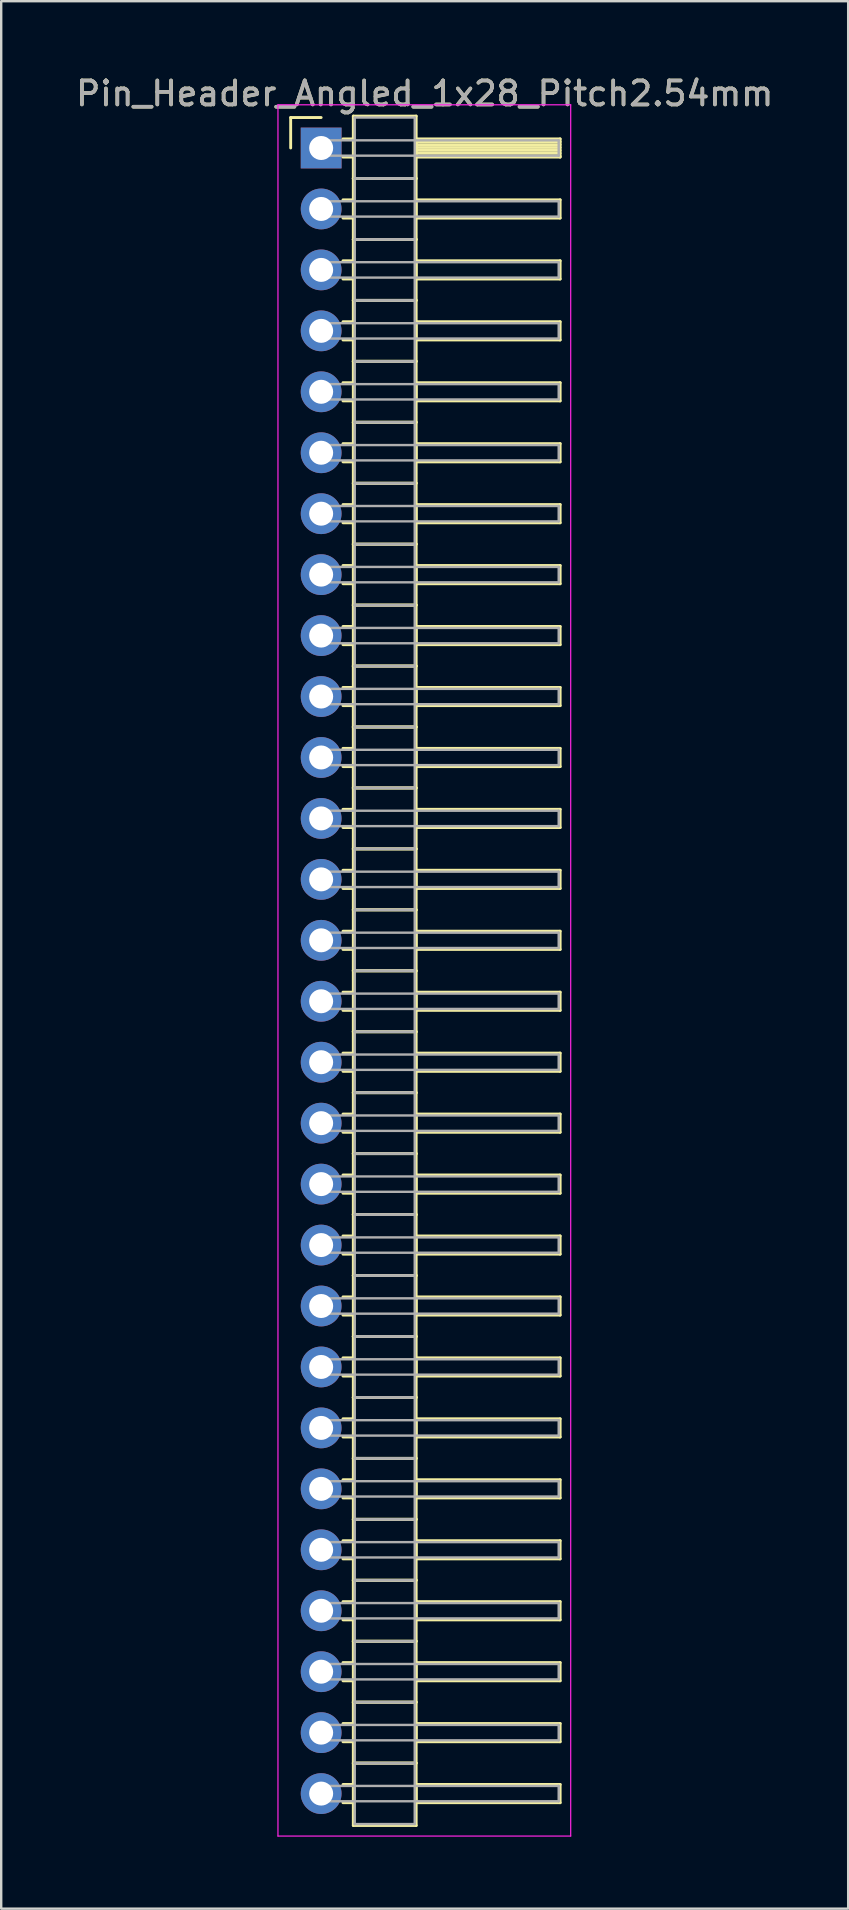
<source format=kicad_pcb>
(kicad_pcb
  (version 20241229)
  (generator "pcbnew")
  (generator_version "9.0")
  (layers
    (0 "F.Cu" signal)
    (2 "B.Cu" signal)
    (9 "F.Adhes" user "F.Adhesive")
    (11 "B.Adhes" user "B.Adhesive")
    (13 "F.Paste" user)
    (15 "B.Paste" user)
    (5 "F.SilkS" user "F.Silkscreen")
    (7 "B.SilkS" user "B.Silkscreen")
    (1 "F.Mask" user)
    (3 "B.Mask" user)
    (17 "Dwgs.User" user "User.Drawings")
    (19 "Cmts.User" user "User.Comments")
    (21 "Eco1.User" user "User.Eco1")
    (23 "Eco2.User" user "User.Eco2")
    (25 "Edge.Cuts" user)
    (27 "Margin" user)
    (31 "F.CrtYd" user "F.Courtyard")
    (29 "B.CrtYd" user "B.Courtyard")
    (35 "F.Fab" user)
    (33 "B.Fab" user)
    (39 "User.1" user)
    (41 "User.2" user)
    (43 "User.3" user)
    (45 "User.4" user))
  (footprint "Pin_Header_Angled_1x28_Pitch2.54mm"
    (layer "F.Cu")
    (at 10.334 3.118)
    (property "Reference" "Pin_Header_Angled_1x28_Pitch2.54mm" (at 4.315 -2.27 0) (layer "F.SilkS") (effects (font (size 1 1) (thickness 0.15))))
    (attr through_hole)
    (fp_line (start -1.27 -1.27) (end 0 -1.27) (stroke (width 0.12) (type solid)) (layer "F.SilkS"))
    (fp_line (start -1.27 0) (end -1.27 -1.27) (stroke (width 0.12) (type solid)) (layer "F.SilkS"))
    (fp_line (start 0.91 -0.38) (end 1.34 -0.38) (stroke (width 0.12) (type solid)) (layer "F.SilkS"))
    (fp_line (start 0.91 0.38) (end 1.34 0.38) (stroke (width 0.12) (type solid)) (layer "F.SilkS"))
    (fp_line (start 0.91 2.16) (end 1.34 2.16) (stroke (width 0.12) (type solid)) (layer "F.SilkS"))
    (fp_line (start 0.91 2.92) (end 1.34 2.92) (stroke (width 0.12) (type solid)) (layer "F.SilkS"))
    (fp_line (start 0.91 4.7) (end 1.34 4.7) (stroke (width 0.12) (type solid)) (layer "F.SilkS"))
    (fp_line (start 0.91 5.46) (end 1.34 5.46) (stroke (width 0.12) (type solid)) (layer "F.SilkS"))
    (fp_line (start 0.91 7.24) (end 1.34 7.24) (stroke (width 0.12) (type solid)) (layer "F.SilkS"))
    (fp_line (start 0.91 8) (end 1.34 8) (stroke (width 0.12) (type solid)) (layer "F.SilkS"))
    (fp_line (start 0.91 9.78) (end 1.34 9.78) (stroke (width 0.12) (type solid)) (layer "F.SilkS"))
    (fp_line (start 0.91 10.54) (end 1.34 10.54) (stroke (width 0.12) (type solid)) (layer "F.SilkS"))
    (fp_line (start 0.91 12.32) (end 1.34 12.32) (stroke (width 0.12) (type solid)) (layer "F.SilkS"))
    (fp_line (start 0.91 13.08) (end 1.34 13.08) (stroke (width 0.12) (type solid)) (layer "F.SilkS"))
    (fp_line (start 0.91 14.86) (end 1.34 14.86) (stroke (width 0.12) (type solid)) (layer "F.SilkS"))
    (fp_line (start 0.91 15.62) (end 1.34 15.62) (stroke (width 0.12) (type solid)) (layer "F.SilkS"))
    (fp_line (start 0.91 17.4) (end 1.34 17.4) (stroke (width 0.12) (type solid)) (layer "F.SilkS"))
    (fp_line (start 0.91 18.16) (end 1.34 18.16) (stroke (width 0.12) (type solid)) (layer "F.SilkS"))
    (fp_line (start 0.91 19.94) (end 1.34 19.94) (stroke (width 0.12) (type solid)) (layer "F.SilkS"))
    (fp_line (start 0.91 20.7) (end 1.34 20.7) (stroke (width 0.12) (type solid)) (layer "F.SilkS"))
    (fp_line (start 0.91 22.48) (end 1.34 22.48) (stroke (width 0.12) (type solid)) (layer "F.SilkS"))
    (fp_line (start 0.91 23.24) (end 1.34 23.24) (stroke (width 0.12) (type solid)) (layer "F.SilkS"))
    (fp_line (start 0.91 25.02) (end 1.34 25.02) (stroke (width 0.12) (type solid)) (layer "F.SilkS"))
    (fp_line (start 0.91 25.78) (end 1.34 25.78) (stroke (width 0.12) (type solid)) (layer "F.SilkS"))
    (fp_line (start 0.91 27.56) (end 1.34 27.56) (stroke (width 0.12) (type solid)) (layer "F.SilkS"))
    (fp_line (start 0.91 28.32) (end 1.34 28.32) (stroke (width 0.12) (type solid)) (layer "F.SilkS"))
    (fp_line (start 0.91 30.1) (end 1.34 30.1) (stroke (width 0.12) (type solid)) (layer "F.SilkS"))
    (fp_line (start 0.91 30.86) (end 1.34 30.86) (stroke (width 0.12) (type solid)) (layer "F.SilkS"))
    (fp_line (start 0.91 32.64) (end 1.34 32.64) (stroke (width 0.12) (type solid)) (layer "F.SilkS"))
    (fp_line (start 0.91 33.4) (end 1.34 33.4) (stroke (width 0.12) (type solid)) (layer "F.SilkS"))
    (fp_line (start 0.91 35.18) (end 1.34 35.18) (stroke (width 0.12) (type solid)) (layer "F.SilkS"))
    (fp_line (start 0.91 35.94) (end 1.34 35.94) (stroke (width 0.12) (type solid)) (layer "F.SilkS"))
    (fp_line (start 0.91 37.72) (end 1.34 37.72) (stroke (width 0.12) (type solid)) (layer "F.SilkS"))
    (fp_line (start 0.91 38.48) (end 1.34 38.48) (stroke (width 0.12) (type solid)) (layer "F.SilkS"))
    (fp_line (start 0.91 40.26) (end 1.34 40.26) (stroke (width 0.12) (type solid)) (layer "F.SilkS"))
    (fp_line (start 0.91 41.02) (end 1.34 41.02) (stroke (width 0.12) (type solid)) (layer "F.SilkS"))
    (fp_line (start 0.91 42.8) (end 1.34 42.8) (stroke (width 0.12) (type solid)) (layer "F.SilkS"))
    (fp_line (start 0.91 43.56) (end 1.34 43.56) (stroke (width 0.12) (type solid)) (layer "F.SilkS"))
    (fp_line (start 0.91 45.34) (end 1.34 45.34) (stroke (width 0.12) (type solid)) (layer "F.SilkS"))
    (fp_line (start 0.91 46.1) (end 1.34 46.1) (stroke (width 0.12) (type solid)) (layer "F.SilkS"))
    (fp_line (start 0.91 47.88) (end 1.34 47.88) (stroke (width 0.12) (type solid)) (layer "F.SilkS"))
    (fp_line (start 0.91 48.64) (end 1.34 48.64) (stroke (width 0.12) (type solid)) (layer "F.SilkS"))
    (fp_line (start 0.91 50.42) (end 1.34 50.42) (stroke (width 0.12) (type solid)) (layer "F.SilkS"))
    (fp_line (start 0.91 51.18) (end 1.34 51.18) (stroke (width 0.12) (type solid)) (layer "F.SilkS"))
    (fp_line (start 0.91 52.96) (end 1.34 52.96) (stroke (width 0.12) (type solid)) (layer "F.SilkS"))
    (fp_line (start 0.91 53.72) (end 1.34 53.72) (stroke (width 0.12) (type solid)) (layer "F.SilkS"))
    (fp_line (start 0.91 55.5) (end 1.34 55.5) (stroke (width 0.12) (type solid)) (layer "F.SilkS"))
    (fp_line (start 0.91 56.26) (end 1.34 56.26) (stroke (width 0.12) (type solid)) (layer "F.SilkS"))
    (fp_line (start 0.91 58.04) (end 1.34 58.04) (stroke (width 0.12) (type solid)) (layer "F.SilkS"))
    (fp_line (start 0.91 58.8) (end 1.34 58.8) (stroke (width 0.12) (type solid)) (layer "F.SilkS"))
    (fp_line (start 0.91 60.58) (end 1.34 60.58) (stroke (width 0.12) (type solid)) (layer "F.SilkS"))
    (fp_line (start 0.91 61.34) (end 1.34 61.34) (stroke (width 0.12) (type solid)) (layer "F.SilkS"))
    (fp_line (start 0.91 63.12) (end 1.34 63.12) (stroke (width 0.12) (type solid)) (layer "F.SilkS"))
    (fp_line (start 0.91 63.88) (end 1.34 63.88) (stroke (width 0.12) (type solid)) (layer "F.SilkS"))
    (fp_line (start 0.91 65.66) (end 1.34 65.66) (stroke (width 0.12) (type solid)) (layer "F.SilkS"))
    (fp_line (start 0.91 66.42) (end 1.34 66.42) (stroke (width 0.12) (type solid)) (layer "F.SilkS"))
    (fp_line (start 0.91 68.2) (end 1.34 68.2) (stroke (width 0.12) (type solid)) (layer "F.SilkS"))
    (fp_line (start 0.91 68.96) (end 1.34 68.96) (stroke (width 0.12) (type solid)) (layer "F.SilkS"))
    (fp_line (start 1.34 -1.33) (end 1.34 1.27) (stroke (width 0.12) (type solid)) (layer "F.SilkS"))
    (fp_line (start 1.34 1.27) (end 1.34 3.81) (stroke (width 0.12) (type solid)) (layer "F.SilkS"))
    (fp_line (start 1.34 1.27) (end 3.96 1.27) (stroke (width 0.12) (type solid)) (layer "F.SilkS"))
    (fp_line (start 1.34 3.81) (end 1.34 6.35) (stroke (width 0.12) (type solid)) (layer "F.SilkS"))
    (fp_line (start 1.34 3.81) (end 3.96 3.81) (stroke (width 0.12) (type solid)) (layer "F.SilkS"))
    (fp_line (start 1.34 6.35) (end 1.34 8.89) (stroke (width 0.12) (type solid)) (layer "F.SilkS"))
    (fp_line (start 1.34 6.35) (end 3.96 6.35) (stroke (width 0.12) (type solid)) (layer "F.SilkS"))
    (fp_line (start 1.34 8.89) (end 1.34 11.43) (stroke (width 0.12) (type solid)) (layer "F.SilkS"))
    (fp_line (start 1.34 8.89) (end 3.96 8.89) (stroke (width 0.12) (type solid)) (layer "F.SilkS"))
    (fp_line (start 1.34 11.43) (end 1.34 13.97) (stroke (width 0.12) (type solid)) (layer "F.SilkS"))
    (fp_line (start 1.34 11.43) (end 3.96 11.43) (stroke (width 0.12) (type solid)) (layer "F.SilkS"))
    (fp_line (start 1.34 13.97) (end 1.34 16.51) (stroke (width 0.12) (type solid)) (layer "F.SilkS"))
    (fp_line (start 1.34 13.97) (end 3.96 13.97) (stroke (width 0.12) (type solid)) (layer "F.SilkS"))
    (fp_line (start 1.34 16.51) (end 1.34 19.05) (stroke (width 0.12) (type solid)) (layer "F.SilkS"))
    (fp_line (start 1.34 16.51) (end 3.96 16.51) (stroke (width 0.12) (type solid)) (layer "F.SilkS"))
    (fp_line (start 1.34 19.05) (end 1.34 21.59) (stroke (width 0.12) (type solid)) (layer "F.SilkS"))
    (fp_line (start 1.34 19.05) (end 3.96 19.05) (stroke (width 0.12) (type solid)) (layer "F.SilkS"))
    (fp_line (start 1.34 21.59) (end 1.34 24.13) (stroke (width 0.12) (type solid)) (layer "F.SilkS"))
    (fp_line (start 1.34 21.59) (end 3.96 21.59) (stroke (width 0.12) (type solid)) (layer "F.SilkS"))
    (fp_line (start 1.34 24.13) (end 1.34 26.67) (stroke (width 0.12) (type solid)) (layer "F.SilkS"))
    (fp_line (start 1.34 24.13) (end 3.96 24.13) (stroke (width 0.12) (type solid)) (layer "F.SilkS"))
    (fp_line (start 1.34 26.67) (end 1.34 29.21) (stroke (width 0.12) (type solid)) (layer "F.SilkS"))
    (fp_line (start 1.34 26.67) (end 3.96 26.67) (stroke (width 0.12) (type solid)) (layer "F.SilkS"))
    (fp_line (start 1.34 29.21) (end 1.34 31.75) (stroke (width 0.12) (type solid)) (layer "F.SilkS"))
    (fp_line (start 1.34 29.21) (end 3.96 29.21) (stroke (width 0.12) (type solid)) (layer "F.SilkS"))
    (fp_line (start 1.34 31.75) (end 1.34 34.29) (stroke (width 0.12) (type solid)) (layer "F.SilkS"))
    (fp_line (start 1.34 31.75) (end 3.96 31.75) (stroke (width 0.12) (type solid)) (layer "F.SilkS"))
    (fp_line (start 1.34 34.29) (end 1.34 36.83) (stroke (width 0.12) (type solid)) (layer "F.SilkS"))
    (fp_line (start 1.34 34.29) (end 3.96 34.29) (stroke (width 0.12) (type solid)) (layer "F.SilkS"))
    (fp_line (start 1.34 36.83) (end 1.34 39.37) (stroke (width 0.12) (type solid)) (layer "F.SilkS"))
    (fp_line (start 1.34 36.83) (end 3.96 36.83) (stroke (width 0.12) (type solid)) (layer "F.SilkS"))
    (fp_line (start 1.34 39.37) (end 1.34 41.91) (stroke (width 0.12) (type solid)) (layer "F.SilkS"))
    (fp_line (start 1.34 39.37) (end 3.96 39.37) (stroke (width 0.12) (type solid)) (layer "F.SilkS"))
    (fp_line (start 1.34 41.91) (end 1.34 44.45) (stroke (width 0.12) (type solid)) (layer "F.SilkS"))
    (fp_line (start 1.34 41.91) (end 3.96 41.91) (stroke (width 0.12) (type solid)) (layer "F.SilkS"))
    (fp_line (start 1.34 44.45) (end 1.34 46.99) (stroke (width 0.12) (type solid)) (layer "F.SilkS"))
    (fp_line (start 1.34 44.45) (end 3.96 44.45) (stroke (width 0.12) (type solid)) (layer "F.SilkS"))
    (fp_line (start 1.34 46.99) (end 1.34 49.53) (stroke (width 0.12) (type solid)) (layer "F.SilkS"))
    (fp_line (start 1.34 46.99) (end 3.96 46.99) (stroke (width 0.12) (type solid)) (layer "F.SilkS"))
    (fp_line (start 1.34 49.53) (end 1.34 52.07) (stroke (width 0.12) (type solid)) (layer "F.SilkS"))
    (fp_line (start 1.34 49.53) (end 3.96 49.53) (stroke (width 0.12) (type solid)) (layer "F.SilkS"))
    (fp_line (start 1.34 52.07) (end 1.34 54.61) (stroke (width 0.12) (type solid)) (layer "F.SilkS"))
    (fp_line (start 1.34 52.07) (end 3.96 52.07) (stroke (width 0.12) (type solid)) (layer "F.SilkS"))
    (fp_line (start 1.34 54.61) (end 1.34 57.15) (stroke (width 0.12) (type solid)) (layer "F.SilkS"))
    (fp_line (start 1.34 54.61) (end 3.96 54.61) (stroke (width 0.12) (type solid)) (layer "F.SilkS"))
    (fp_line (start 1.34 57.15) (end 1.34 59.69) (stroke (width 0.12) (type solid)) (layer "F.SilkS"))
    (fp_line (start 1.34 57.15) (end 3.96 57.15) (stroke (width 0.12) (type solid)) (layer "F.SilkS"))
    (fp_line (start 1.34 59.69) (end 1.34 62.23) (stroke (width 0.12) (type solid)) (layer "F.SilkS"))
    (fp_line (start 1.34 59.69) (end 3.96 59.69) (stroke (width 0.12) (type solid)) (layer "F.SilkS"))
    (fp_line (start 1.34 62.23) (end 1.34 64.77) (stroke (width 0.12) (type solid)) (layer "F.SilkS"))
    (fp_line (start 1.34 62.23) (end 3.96 62.23) (stroke (width 0.12) (type solid)) (layer "F.SilkS"))
    (fp_line (start 1.34 64.77) (end 1.34 67.31) (stroke (width 0.12) (type solid)) (layer "F.SilkS"))
    (fp_line (start 1.34 64.77) (end 3.96 64.77) (stroke (width 0.12) (type solid)) (layer "F.SilkS"))
    (fp_line (start 1.34 67.31) (end 1.34 69.91) (stroke (width 0.12) (type solid)) (layer "F.SilkS"))
    (fp_line (start 1.34 67.31) (end 3.96 67.31) (stroke (width 0.12) (type solid)) (layer "F.SilkS"))
    (fp_line (start 1.34 69.91) (end 3.96 69.91) (stroke (width 0.12) (type solid)) (layer "F.SilkS"))
    (fp_line (start 3.96 -1.33) (end 1.34 -1.33) (stroke (width 0.12) (type solid)) (layer "F.SilkS"))
    (fp_line (start 3.96 -0.38) (end 3.96 0.38) (stroke (width 0.12) (type solid)) (layer "F.SilkS"))
    (fp_line (start 3.96 -0.26) (end 9.96 -0.26) (stroke (width 0.12) (type solid)) (layer "F.SilkS"))
    (fp_line (start 3.96 -0.14) (end 9.96 -0.14) (stroke (width 0.12) (type solid)) (layer "F.SilkS"))
    (fp_line (start 3.96 -0.02) (end 9.96 -0.02) (stroke (width 0.12) (type solid)) (layer "F.SilkS"))
    (fp_line (start 3.96 0.1) (end 9.96 0.1) (stroke (width 0.12) (type solid)) (layer "F.SilkS"))
    (fp_line (start 3.96 0.22) (end 9.96 0.22) (stroke (width 0.12) (type solid)) (layer "F.SilkS"))
    (fp_line (start 3.96 0.34) (end 9.96 0.34) (stroke (width 0.12) (type solid)) (layer "F.SilkS"))
    (fp_line (start 3.96 0.38) (end 9.96 0.38) (stroke (width 0.12) (type solid)) (layer "F.SilkS"))
    (fp_line (start 3.96 1.27) (end 1.34 1.27) (stroke (width 0.12) (type solid)) (layer "F.SilkS"))
    (fp_line (start 3.96 1.27) (end 3.96 -1.33) (stroke (width 0.12) (type solid)) (layer "F.SilkS"))
    (fp_line (start 3.96 2.16) (end 3.96 2.92) (stroke (width 0.12) (type solid)) (layer "F.SilkS"))
    (fp_line (start 3.96 2.92) (end 9.96 2.92) (stroke (width 0.12) (type solid)) (layer "F.SilkS"))
    (fp_line (start 3.96 3.81) (end 1.34 3.81) (stroke (width 0.12) (type solid)) (layer "F.SilkS"))
    (fp_line (start 3.96 3.81) (end 3.96 1.27) (stroke (width 0.12) (type solid)) (layer "F.SilkS"))
    (fp_line (start 3.96 4.7) (end 3.96 5.46) (stroke (width 0.12) (type solid)) (layer "F.SilkS"))
    (fp_line (start 3.96 5.46) (end 9.96 5.46) (stroke (width 0.12) (type solid)) (layer "F.SilkS"))
    (fp_line (start 3.96 6.35) (end 1.34 6.35) (stroke (width 0.12) (type solid)) (layer "F.SilkS"))
    (fp_line (start 3.96 6.35) (end 3.96 3.81) (stroke (width 0.12) (type solid)) (layer "F.SilkS"))
    (fp_line (start 3.96 7.24) (end 3.96 8) (stroke (width 0.12) (type solid)) (layer "F.SilkS"))
    (fp_line (start 3.96 8) (end 9.96 8) (stroke (width 0.12) (type solid)) (layer "F.SilkS"))
    (fp_line (start 3.96 8.89) (end 1.34 8.89) (stroke (width 0.12) (type solid)) (layer "F.SilkS"))
    (fp_line (start 3.96 8.89) (end 3.96 6.35) (stroke (width 0.12) (type solid)) (layer "F.SilkS"))
    (fp_line (start 3.96 9.78) (end 3.96 10.54) (stroke (width 0.12) (type solid)) (layer "F.SilkS"))
    (fp_line (start 3.96 10.54) (end 9.96 10.54) (stroke (width 0.12) (type solid)) (layer "F.SilkS"))
    (fp_line (start 3.96 11.43) (end 1.34 11.43) (stroke (width 0.12) (type solid)) (layer "F.SilkS"))
    (fp_line (start 3.96 11.43) (end 3.96 8.89) (stroke (width 0.12) (type solid)) (layer "F.SilkS"))
    (fp_line (start 3.96 12.32) (end 3.96 13.08) (stroke (width 0.12) (type solid)) (layer "F.SilkS"))
    (fp_line (start 3.96 13.08) (end 9.96 13.08) (stroke (width 0.12) (type solid)) (layer "F.SilkS"))
    (fp_line (start 3.96 13.97) (end 1.34 13.97) (stroke (width 0.12) (type solid)) (layer "F.SilkS"))
    (fp_line (start 3.96 13.97) (end 3.96 11.43) (stroke (width 0.12) (type solid)) (layer "F.SilkS"))
    (fp_line (start 3.96 14.86) (end 3.96 15.62) (stroke (width 0.12) (type solid)) (layer "F.SilkS"))
    (fp_line (start 3.96 15.62) (end 9.96 15.62) (stroke (width 0.12) (type solid)) (layer "F.SilkS"))
    (fp_line (start 3.96 16.51) (end 1.34 16.51) (stroke (width 0.12) (type solid)) (layer "F.SilkS"))
    (fp_line (start 3.96 16.51) (end 3.96 13.97) (stroke (width 0.12) (type solid)) (layer "F.SilkS"))
    (fp_line (start 3.96 17.4) (end 3.96 18.16) (stroke (width 0.12) (type solid)) (layer "F.SilkS"))
    (fp_line (start 3.96 18.16) (end 9.96 18.16) (stroke (width 0.12) (type solid)) (layer "F.SilkS"))
    (fp_line (start 3.96 19.05) (end 1.34 19.05) (stroke (width 0.12) (type solid)) (layer "F.SilkS"))
    (fp_line (start 3.96 19.05) (end 3.96 16.51) (stroke (width 0.12) (type solid)) (layer "F.SilkS"))
    (fp_line (start 3.96 19.94) (end 3.96 20.7) (stroke (width 0.12) (type solid)) (layer "F.SilkS"))
    (fp_line (start 3.96 20.7) (end 9.96 20.7) (stroke (width 0.12) (type solid)) (layer "F.SilkS"))
    (fp_line (start 3.96 21.59) (end 1.34 21.59) (stroke (width 0.12) (type solid)) (layer "F.SilkS"))
    (fp_line (start 3.96 21.59) (end 3.96 19.05) (stroke (width 0.12) (type solid)) (layer "F.SilkS"))
    (fp_line (start 3.96 22.48) (end 3.96 23.24) (stroke (width 0.12) (type solid)) (layer "F.SilkS"))
    (fp_line (start 3.96 23.24) (end 9.96 23.24) (stroke (width 0.12) (type solid)) (layer "F.SilkS"))
    (fp_line (start 3.96 24.13) (end 1.34 24.13) (stroke (width 0.12) (type solid)) (layer "F.SilkS"))
    (fp_line (start 3.96 24.13) (end 3.96 21.59) (stroke (width 0.12) (type solid)) (layer "F.SilkS"))
    (fp_line (start 3.96 25.02) (end 3.96 25.78) (stroke (width 0.12) (type solid)) (layer "F.SilkS"))
    (fp_line (start 3.96 25.78) (end 9.96 25.78) (stroke (width 0.12) (type solid)) (layer "F.SilkS"))
    (fp_line (start 3.96 26.67) (end 1.34 26.67) (stroke (width 0.12) (type solid)) (layer "F.SilkS"))
    (fp_line (start 3.96 26.67) (end 3.96 24.13) (stroke (width 0.12) (type solid)) (layer "F.SilkS"))
    (fp_line (start 3.96 27.56) (end 3.96 28.32) (stroke (width 0.12) (type solid)) (layer "F.SilkS"))
    (fp_line (start 3.96 28.32) (end 9.96 28.32) (stroke (width 0.12) (type solid)) (layer "F.SilkS"))
    (fp_line (start 3.96 29.21) (end 1.34 29.21) (stroke (width 0.12) (type solid)) (layer "F.SilkS"))
    (fp_line (start 3.96 29.21) (end 3.96 26.67) (stroke (width 0.12) (type solid)) (layer "F.SilkS"))
    (fp_line (start 3.96 30.1) (end 3.96 30.86) (stroke (width 0.12) (type solid)) (layer "F.SilkS"))
    (fp_line (start 3.96 30.86) (end 9.96 30.86) (stroke (width 0.12) (type solid)) (layer "F.SilkS"))
    (fp_line (start 3.96 31.75) (end 1.34 31.75) (stroke (width 0.12) (type solid)) (layer "F.SilkS"))
    (fp_line (start 3.96 31.75) (end 3.96 29.21) (stroke (width 0.12) (type solid)) (layer "F.SilkS"))
    (fp_line (start 3.96 32.64) (end 3.96 33.4) (stroke (width 0.12) (type solid)) (layer "F.SilkS"))
    (fp_line (start 3.96 33.4) (end 9.96 33.4) (stroke (width 0.12) (type solid)) (layer "F.SilkS"))
    (fp_line (start 3.96 34.29) (end 1.34 34.29) (stroke (width 0.12) (type solid)) (layer "F.SilkS"))
    (fp_line (start 3.96 34.29) (end 3.96 31.75) (stroke (width 0.12) (type solid)) (layer "F.SilkS"))
    (fp_line (start 3.96 35.18) (end 3.96 35.94) (stroke (width 0.12) (type solid)) (layer "F.SilkS"))
    (fp_line (start 3.96 35.94) (end 9.96 35.94) (stroke (width 0.12) (type solid)) (layer "F.SilkS"))
    (fp_line (start 3.96 36.83) (end 1.34 36.83) (stroke (width 0.12) (type solid)) (layer "F.SilkS"))
    (fp_line (start 3.96 36.83) (end 3.96 34.29) (stroke (width 0.12) (type solid)) (layer "F.SilkS"))
    (fp_line (start 3.96 37.72) (end 3.96 38.48) (stroke (width 0.12) (type solid)) (layer "F.SilkS"))
    (fp_line (start 3.96 38.48) (end 9.96 38.48) (stroke (width 0.12) (type solid)) (layer "F.SilkS"))
    (fp_line (start 3.96 39.37) (end 1.34 39.37) (stroke (width 0.12) (type solid)) (layer "F.SilkS"))
    (fp_line (start 3.96 39.37) (end 3.96 36.83) (stroke (width 0.12) (type solid)) (layer "F.SilkS"))
    (fp_line (start 3.96 40.26) (end 3.96 41.02) (stroke (width 0.12) (type solid)) (layer "F.SilkS"))
    (fp_line (start 3.96 41.02) (end 9.96 41.02) (stroke (width 0.12) (type solid)) (layer "F.SilkS"))
    (fp_line (start 3.96 41.91) (end 1.34 41.91) (stroke (width 0.12) (type solid)) (layer "F.SilkS"))
    (fp_line (start 3.96 41.91) (end 3.96 39.37) (stroke (width 0.12) (type solid)) (layer "F.SilkS"))
    (fp_line (start 3.96 42.8) (end 3.96 43.56) (stroke (width 0.12) (type solid)) (layer "F.SilkS"))
    (fp_line (start 3.96 43.56) (end 9.96 43.56) (stroke (width 0.12) (type solid)) (layer "F.SilkS"))
    (fp_line (start 3.96 44.45) (end 1.34 44.45) (stroke (width 0.12) (type solid)) (layer "F.SilkS"))
    (fp_line (start 3.96 44.45) (end 3.96 41.91) (stroke (width 0.12) (type solid)) (layer "F.SilkS"))
    (fp_line (start 3.96 45.34) (end 3.96 46.1) (stroke (width 0.12) (type solid)) (layer "F.SilkS"))
    (fp_line (start 3.96 46.1) (end 9.96 46.1) (stroke (width 0.12) (type solid)) (layer "F.SilkS"))
    (fp_line (start 3.96 46.99) (end 1.34 46.99) (stroke (width 0.12) (type solid)) (layer "F.SilkS"))
    (fp_line (start 3.96 46.99) (end 3.96 44.45) (stroke (width 0.12) (type solid)) (layer "F.SilkS"))
    (fp_line (start 3.96 47.88) (end 3.96 48.64) (stroke (width 0.12) (type solid)) (layer "F.SilkS"))
    (fp_line (start 3.96 48.64) (end 9.96 48.64) (stroke (width 0.12) (type solid)) (layer "F.SilkS"))
    (fp_line (start 3.96 49.53) (end 1.34 49.53) (stroke (width 0.12) (type solid)) (layer "F.SilkS"))
    (fp_line (start 3.96 49.53) (end 3.96 46.99) (stroke (width 0.12) (type solid)) (layer "F.SilkS"))
    (fp_line (start 3.96 50.42) (end 3.96 51.18) (stroke (width 0.12) (type solid)) (layer "F.SilkS"))
    (fp_line (start 3.96 51.18) (end 9.96 51.18) (stroke (width 0.12) (type solid)) (layer "F.SilkS"))
    (fp_line (start 3.96 52.07) (end 1.34 52.07) (stroke (width 0.12) (type solid)) (layer "F.SilkS"))
    (fp_line (start 3.96 52.07) (end 3.96 49.53) (stroke (width 0.12) (type solid)) (layer "F.SilkS"))
    (fp_line (start 3.96 52.96) (end 3.96 53.72) (stroke (width 0.12) (type solid)) (layer "F.SilkS"))
    (fp_line (start 3.96 53.72) (end 9.96 53.72) (stroke (width 0.12) (type solid)) (layer "F.SilkS"))
    (fp_line (start 3.96 54.61) (end 1.34 54.61) (stroke (width 0.12) (type solid)) (layer "F.SilkS"))
    (fp_line (start 3.96 54.61) (end 3.96 52.07) (stroke (width 0.12) (type solid)) (layer "F.SilkS"))
    (fp_line (start 3.96 55.5) (end 3.96 56.26) (stroke (width 0.12) (type solid)) (layer "F.SilkS"))
    (fp_line (start 3.96 56.26) (end 9.96 56.26) (stroke (width 0.12) (type solid)) (layer "F.SilkS"))
    (fp_line (start 3.96 57.15) (end 1.34 57.15) (stroke (width 0.12) (type solid)) (layer "F.SilkS"))
    (fp_line (start 3.96 57.15) (end 3.96 54.61) (stroke (width 0.12) (type solid)) (layer "F.SilkS"))
    (fp_line (start 3.96 58.04) (end 3.96 58.8) (stroke (width 0.12) (type solid)) (layer "F.SilkS"))
    (fp_line (start 3.96 58.8) (end 9.96 58.8) (stroke (width 0.12) (type solid)) (layer "F.SilkS"))
    (fp_line (start 3.96 59.69) (end 1.34 59.69) (stroke (width 0.12) (type solid)) (layer "F.SilkS"))
    (fp_line (start 3.96 59.69) (end 3.96 57.15) (stroke (width 0.12) (type solid)) (layer "F.SilkS"))
    (fp_line (start 3.96 60.58) (end 3.96 61.34) (stroke (width 0.12) (type solid)) (layer "F.SilkS"))
    (fp_line (start 3.96 61.34) (end 9.96 61.34) (stroke (width 0.12) (type solid)) (layer "F.SilkS"))
    (fp_line (start 3.96 62.23) (end 1.34 62.23) (stroke (width 0.12) (type solid)) (layer "F.SilkS"))
    (fp_line (start 3.96 62.23) (end 3.96 59.69) (stroke (width 0.12) (type solid)) (layer "F.SilkS"))
    (fp_line (start 3.96 63.12) (end 3.96 63.88) (stroke (width 0.12) (type solid)) (layer "F.SilkS"))
    (fp_line (start 3.96 63.88) (end 9.96 63.88) (stroke (width 0.12) (type solid)) (layer "F.SilkS"))
    (fp_line (start 3.96 64.77) (end 1.34 64.77) (stroke (width 0.12) (type solid)) (layer "F.SilkS"))
    (fp_line (start 3.96 64.77) (end 3.96 62.23) (stroke (width 0.12) (type solid)) (layer "F.SilkS"))
    (fp_line (start 3.96 65.66) (end 3.96 66.42) (stroke (width 0.12) (type solid)) (layer "F.SilkS"))
    (fp_line (start 3.96 66.42) (end 9.96 66.42) (stroke (width 0.12) (type solid)) (layer "F.SilkS"))
    (fp_line (start 3.96 67.31) (end 1.34 67.31) (stroke (width 0.12) (type solid)) (layer "F.SilkS"))
    (fp_line (start 3.96 67.31) (end 3.96 64.77) (stroke (width 0.12) (type solid)) (layer "F.SilkS"))
    (fp_line (start 3.96 68.2) (end 3.96 68.96) (stroke (width 0.12) (type solid)) (layer "F.SilkS"))
    (fp_line (start 3.96 68.96) (end 9.96 68.96) (stroke (width 0.12) (type solid)) (layer "F.SilkS"))
    (fp_line (start 3.96 69.91) (end 3.96 67.31) (stroke (width 0.12) (type solid)) (layer "F.SilkS"))
    (fp_line (start 9.96 -0.38) (end 3.96 -0.38) (stroke (width 0.12) (type solid)) (layer "F.SilkS"))
    (fp_line (start 9.96 0.38) (end 9.96 -0.38) (stroke (width 0.12) (type solid)) (layer "F.SilkS"))
    (fp_line (start 9.96 2.16) (end 3.96 2.16) (stroke (width 0.12) (type solid)) (layer "F.SilkS"))
    (fp_line (start 9.96 2.92) (end 9.96 2.16) (stroke (width 0.12) (type solid)) (layer "F.SilkS"))
    (fp_line (start 9.96 4.7) (end 3.96 4.7) (stroke (width 0.12) (type solid)) (layer "F.SilkS"))
    (fp_line (start 9.96 5.46) (end 9.96 4.7) (stroke (width 0.12) (type solid)) (layer "F.SilkS"))
    (fp_line (start 9.96 7.24) (end 3.96 7.24) (stroke (width 0.12) (type solid)) (layer "F.SilkS"))
    (fp_line (start 9.96 8) (end 9.96 7.24) (stroke (width 0.12) (type solid)) (layer "F.SilkS"))
    (fp_line (start 9.96 9.78) (end 3.96 9.78) (stroke (width 0.12) (type solid)) (layer "F.SilkS"))
    (fp_line (start 9.96 10.54) (end 9.96 9.78) (stroke (width 0.12) (type solid)) (layer "F.SilkS"))
    (fp_line (start 9.96 12.32) (end 3.96 12.32) (stroke (width 0.12) (type solid)) (layer "F.SilkS"))
    (fp_line (start 9.96 13.08) (end 9.96 12.32) (stroke (width 0.12) (type solid)) (layer "F.SilkS"))
    (fp_line (start 9.96 14.86) (end 3.96 14.86) (stroke (width 0.12) (type solid)) (layer "F.SilkS"))
    (fp_line (start 9.96 15.62) (end 9.96 14.86) (stroke (width 0.12) (type solid)) (layer "F.SilkS"))
    (fp_line (start 9.96 17.4) (end 3.96 17.4) (stroke (width 0.12) (type solid)) (layer "F.SilkS"))
    (fp_line (start 9.96 18.16) (end 9.96 17.4) (stroke (width 0.12) (type solid)) (layer "F.SilkS"))
    (fp_line (start 9.96 19.94) (end 3.96 19.94) (stroke (width 0.12) (type solid)) (layer "F.SilkS"))
    (fp_line (start 9.96 20.7) (end 9.96 19.94) (stroke (width 0.12) (type solid)) (layer "F.SilkS"))
    (fp_line (start 9.96 22.48) (end 3.96 22.48) (stroke (width 0.12) (type solid)) (layer "F.SilkS"))
    (fp_line (start 9.96 23.24) (end 9.96 22.48) (stroke (width 0.12) (type solid)) (layer "F.SilkS"))
    (fp_line (start 9.96 25.02) (end 3.96 25.02) (stroke (width 0.12) (type solid)) (layer "F.SilkS"))
    (fp_line (start 9.96 25.78) (end 9.96 25.02) (stroke (width 0.12) (type solid)) (layer "F.SilkS"))
    (fp_line (start 9.96 27.56) (end 3.96 27.56) (stroke (width 0.12) (type solid)) (layer "F.SilkS"))
    (fp_line (start 9.96 28.32) (end 9.96 27.56) (stroke (width 0.12) (type solid)) (layer "F.SilkS"))
    (fp_line (start 9.96 30.1) (end 3.96 30.1) (stroke (width 0.12) (type solid)) (layer "F.SilkS"))
    (fp_line (start 9.96 30.86) (end 9.96 30.1) (stroke (width 0.12) (type solid)) (layer "F.SilkS"))
    (fp_line (start 9.96 32.64) (end 3.96 32.64) (stroke (width 0.12) (type solid)) (layer "F.SilkS"))
    (fp_line (start 9.96 33.4) (end 9.96 32.64) (stroke (width 0.12) (type solid)) (layer "F.SilkS"))
    (fp_line (start 9.96 35.18) (end 3.96 35.18) (stroke (width 0.12) (type solid)) (layer "F.SilkS"))
    (fp_line (start 9.96 35.94) (end 9.96 35.18) (stroke (width 0.12) (type solid)) (layer "F.SilkS"))
    (fp_line (start 9.96 37.72) (end 3.96 37.72) (stroke (width 0.12) (type solid)) (layer "F.SilkS"))
    (fp_line (start 9.96 38.48) (end 9.96 37.72) (stroke (width 0.12) (type solid)) (layer "F.SilkS"))
    (fp_line (start 9.96 40.26) (end 3.96 40.26) (stroke (width 0.12) (type solid)) (layer "F.SilkS"))
    (fp_line (start 9.96 41.02) (end 9.96 40.26) (stroke (width 0.12) (type solid)) (layer "F.SilkS"))
    (fp_line (start 9.96 42.8) (end 3.96 42.8) (stroke (width 0.12) (type solid)) (layer "F.SilkS"))
    (fp_line (start 9.96 43.56) (end 9.96 42.8) (stroke (width 0.12) (type solid)) (layer "F.SilkS"))
    (fp_line (start 9.96 45.34) (end 3.96 45.34) (stroke (width 0.12) (type solid)) (layer "F.SilkS"))
    (fp_line (start 9.96 46.1) (end 9.96 45.34) (stroke (width 0.12) (type solid)) (layer "F.SilkS"))
    (fp_line (start 9.96 47.88) (end 3.96 47.88) (stroke (width 0.12) (type solid)) (layer "F.SilkS"))
    (fp_line (start 9.96 48.64) (end 9.96 47.88) (stroke (width 0.12) (type solid)) (layer "F.SilkS"))
    (fp_line (start 9.96 50.42) (end 3.96 50.42) (stroke (width 0.12) (type solid)) (layer "F.SilkS"))
    (fp_line (start 9.96 51.18) (end 9.96 50.42) (stroke (width 0.12) (type solid)) (layer "F.SilkS"))
    (fp_line (start 9.96 52.96) (end 3.96 52.96) (stroke (width 0.12) (type solid)) (layer "F.SilkS"))
    (fp_line (start 9.96 53.72) (end 9.96 52.96) (stroke (width 0.12) (type solid)) (layer "F.SilkS"))
    (fp_line (start 9.96 55.5) (end 3.96 55.5) (stroke (width 0.12) (type solid)) (layer "F.SilkS"))
    (fp_line (start 9.96 56.26) (end 9.96 55.5) (stroke (width 0.12) (type solid)) (layer "F.SilkS"))
    (fp_line (start 9.96 58.04) (end 3.96 58.04) (stroke (width 0.12) (type solid)) (layer "F.SilkS"))
    (fp_line (start 9.96 58.8) (end 9.96 58.04) (stroke (width 0.12) (type solid)) (layer "F.SilkS"))
    (fp_line (start 9.96 60.58) (end 3.96 60.58) (stroke (width 0.12) (type solid)) (layer "F.SilkS"))
    (fp_line (start 9.96 61.34) (end 9.96 60.58) (stroke (width 0.12) (type solid)) (layer "F.SilkS"))
    (fp_line (start 9.96 63.12) (end 3.96 63.12) (stroke (width 0.12) (type solid)) (layer "F.SilkS"))
    (fp_line (start 9.96 63.88) (end 9.96 63.12) (stroke (width 0.12) (type solid)) (layer "F.SilkS"))
    (fp_line (start 9.96 65.66) (end 3.96 65.66) (stroke (width 0.12) (type solid)) (layer "F.SilkS"))
    (fp_line (start 9.96 66.42) (end 9.96 65.66) (stroke (width 0.12) (type solid)) (layer "F.SilkS"))
    (fp_line (start 9.96 68.2) (end 3.96 68.2) (stroke (width 0.12) (type solid)) (layer "F.SilkS"))
    (fp_line (start 9.96 68.96) (end 9.96 68.2) (stroke (width 0.12) (type solid)) (layer "F.SilkS"))
    (fp_line (start -1.8 -1.8) (end -1.8 70.35) (stroke (width 0.05) (type solid)) (layer "F.CrtYd"))
    (fp_line (start -1.8 70.35) (end 10.4 70.35) (stroke (width 0.05) (type solid)) (layer "F.CrtYd"))
    (fp_line (start 10.4 -1.8) (end -1.8 -1.8) (stroke (width 0.05) (type solid)) (layer "F.CrtYd"))
    (fp_line (start 10.4 70.35) (end 10.4 -1.8) (stroke (width 0.05) (type solid)) (layer "F.CrtYd"))
    (fp_line (start 0 -0.32) (end 0 0.32) (stroke (width 0.1) (type solid)) (layer "F.Fab"))
    (fp_line (start 0 0.32) (end 9.9 0.32) (stroke (width 0.1) (type solid)) (layer "F.Fab"))
    (fp_line (start 0 2.22) (end 0 2.86) (stroke (width 0.1) (type solid)) (layer "F.Fab"))
    (fp_line (start 0 2.86) (end 9.9 2.86) (stroke (width 0.1) (type solid)) (layer "F.Fab"))
    (fp_line (start 0 4.76) (end 0 5.4) (stroke (width 0.1) (type solid)) (layer "F.Fab"))
    (fp_line (start 0 5.4) (end 9.9 5.4) (stroke (width 0.1) (type solid)) (layer "F.Fab"))
    (fp_line (start 0 7.3) (end 0 7.94) (stroke (width 0.1) (type solid)) (layer "F.Fab"))
    (fp_line (start 0 7.94) (end 9.9 7.94) (stroke (width 0.1) (type solid)) (layer "F.Fab"))
    (fp_line (start 0 9.84) (end 0 10.48) (stroke (width 0.1) (type solid)) (layer "F.Fab"))
    (fp_line (start 0 10.48) (end 9.9 10.48) (stroke (width 0.1) (type solid)) (layer "F.Fab"))
    (fp_line (start 0 12.38) (end 0 13.02) (stroke (width 0.1) (type solid)) (layer "F.Fab"))
    (fp_line (start 0 13.02) (end 9.9 13.02) (stroke (width 0.1) (type solid)) (layer "F.Fab"))
    (fp_line (start 0 14.92) (end 0 15.56) (stroke (width 0.1) (type solid)) (layer "F.Fab"))
    (fp_line (start 0 15.56) (end 9.9 15.56) (stroke (width 0.1) (type solid)) (layer "F.Fab"))
    (fp_line (start 0 17.46) (end 0 18.1) (stroke (width 0.1) (type solid)) (layer "F.Fab"))
    (fp_line (start 0 18.1) (end 9.9 18.1) (stroke (width 0.1) (type solid)) (layer "F.Fab"))
    (fp_line (start 0 20) (end 0 20.64) (stroke (width 0.1) (type solid)) (layer "F.Fab"))
    (fp_line (start 0 20.64) (end 9.9 20.64) (stroke (width 0.1) (type solid)) (layer "F.Fab"))
    (fp_line (start 0 22.54) (end 0 23.18) (stroke (width 0.1) (type solid)) (layer "F.Fab"))
    (fp_line (start 0 23.18) (end 9.9 23.18) (stroke (width 0.1) (type solid)) (layer "F.Fab"))
    (fp_line (start 0 25.08) (end 0 25.72) (stroke (width 0.1) (type solid)) (layer "F.Fab"))
    (fp_line (start 0 25.72) (end 9.9 25.72) (stroke (width 0.1) (type solid)) (layer "F.Fab"))
    (fp_line (start 0 27.62) (end 0 28.26) (stroke (width 0.1) (type solid)) (layer "F.Fab"))
    (fp_line (start 0 28.26) (end 9.9 28.26) (stroke (width 0.1) (type solid)) (layer "F.Fab"))
    (fp_line (start 0 30.16) (end 0 30.8) (stroke (width 0.1) (type solid)) (layer "F.Fab"))
    (fp_line (start 0 30.8) (end 9.9 30.8) (stroke (width 0.1) (type solid)) (layer "F.Fab"))
    (fp_line (start 0 32.7) (end 0 33.34) (stroke (width 0.1) (type solid)) (layer "F.Fab"))
    (fp_line (start 0 33.34) (end 9.9 33.34) (stroke (width 0.1) (type solid)) (layer "F.Fab"))
    (fp_line (start 0 35.24) (end 0 35.88) (stroke (width 0.1) (type solid)) (layer "F.Fab"))
    (fp_line (start 0 35.88) (end 9.9 35.88) (stroke (width 0.1) (type solid)) (layer "F.Fab"))
    (fp_line (start 0 37.78) (end 0 38.42) (stroke (width 0.1) (type solid)) (layer "F.Fab"))
    (fp_line (start 0 38.42) (end 9.9 38.42) (stroke (width 0.1) (type solid)) (layer "F.Fab"))
    (fp_line (start 0 40.32) (end 0 40.96) (stroke (width 0.1) (type solid)) (layer "F.Fab"))
    (fp_line (start 0 40.96) (end 9.9 40.96) (stroke (width 0.1) (type solid)) (layer "F.Fab"))
    (fp_line (start 0 42.86) (end 0 43.5) (stroke (width 0.1) (type solid)) (layer "F.Fab"))
    (fp_line (start 0 43.5) (end 9.9 43.5) (stroke (width 0.1) (type solid)) (layer "F.Fab"))
    (fp_line (start 0 45.4) (end 0 46.04) (stroke (width 0.1) (type solid)) (layer "F.Fab"))
    (fp_line (start 0 46.04) (end 9.9 46.04) (stroke (width 0.1) (type solid)) (layer "F.Fab"))
    (fp_line (start 0 47.94) (end 0 48.58) (stroke (width 0.1) (type solid)) (layer "F.Fab"))
    (fp_line (start 0 48.58) (end 9.9 48.58) (stroke (width 0.1) (type solid)) (layer "F.Fab"))
    (fp_line (start 0 50.48) (end 0 51.12) (stroke (width 0.1) (type solid)) (layer "F.Fab"))
    (fp_line (start 0 51.12) (end 9.9 51.12) (stroke (width 0.1) (type solid)) (layer "F.Fab"))
    (fp_line (start 0 53.02) (end 0 53.66) (stroke (width 0.1) (type solid)) (layer "F.Fab"))
    (fp_line (start 0 53.66) (end 9.9 53.66) (stroke (width 0.1) (type solid)) (layer "F.Fab"))
    (fp_line (start 0 55.56) (end 0 56.2) (stroke (width 0.1) (type solid)) (layer "F.Fab"))
    (fp_line (start 0 56.2) (end 9.9 56.2) (stroke (width 0.1) (type solid)) (layer "F.Fab"))
    (fp_line (start 0 58.1) (end 0 58.74) (stroke (width 0.1) (type solid)) (layer "F.Fab"))
    (fp_line (start 0 58.74) (end 9.9 58.74) (stroke (width 0.1) (type solid)) (layer "F.Fab"))
    (fp_line (start 0 60.64) (end 0 61.28) (stroke (width 0.1) (type solid)) (layer "F.Fab"))
    (fp_line (start 0 61.28) (end 9.9 61.28) (stroke (width 0.1) (type solid)) (layer "F.Fab"))
    (fp_line (start 0 63.18) (end 0 63.82) (stroke (width 0.1) (type solid)) (layer "F.Fab"))
    (fp_line (start 0 63.82) (end 9.9 63.82) (stroke (width 0.1) (type solid)) (layer "F.Fab"))
    (fp_line (start 0 65.72) (end 0 66.36) (stroke (width 0.1) (type solid)) (layer "F.Fab"))
    (fp_line (start 0 66.36) (end 9.9 66.36) (stroke (width 0.1) (type solid)) (layer "F.Fab"))
    (fp_line (start 0 68.26) (end 0 68.9) (stroke (width 0.1) (type solid)) (layer "F.Fab"))
    (fp_line (start 0 68.9) (end 9.9 68.9) (stroke (width 0.1) (type solid)) (layer "F.Fab"))
    (fp_line (start 1.4 -1.27) (end 1.4 1.27) (stroke (width 0.1) (type solid)) (layer "F.Fab"))
    (fp_line (start 1.4 1.27) (end 1.4 3.81) (stroke (width 0.1) (type solid)) (layer "F.Fab"))
    (fp_line (start 1.4 1.27) (end 3.9 1.27) (stroke (width 0.1) (type solid)) (layer "F.Fab"))
    (fp_line (start 1.4 3.81) (end 1.4 6.35) (stroke (width 0.1) (type solid)) (layer "F.Fab"))
    (fp_line (start 1.4 3.81) (end 3.9 3.81) (stroke (width 0.1) (type solid)) (layer "F.Fab"))
    (fp_line (start 1.4 6.35) (end 1.4 8.89) (stroke (width 0.1) (type solid)) (layer "F.Fab"))
    (fp_line (start 1.4 6.35) (end 3.9 6.35) (stroke (width 0.1) (type solid)) (layer "F.Fab"))
    (fp_line (start 1.4 8.89) (end 1.4 11.43) (stroke (width 0.1) (type solid)) (layer "F.Fab"))
    (fp_line (start 1.4 8.89) (end 3.9 8.89) (stroke (width 0.1) (type solid)) (layer "F.Fab"))
    (fp_line (start 1.4 11.43) (end 1.4 13.97) (stroke (width 0.1) (type solid)) (layer "F.Fab"))
    (fp_line (start 1.4 11.43) (end 3.9 11.43) (stroke (width 0.1) (type solid)) (layer "F.Fab"))
    (fp_line (start 1.4 13.97) (end 1.4 16.51) (stroke (width 0.1) (type solid)) (layer "F.Fab"))
    (fp_line (start 1.4 13.97) (end 3.9 13.97) (stroke (width 0.1) (type solid)) (layer "F.Fab"))
    (fp_line (start 1.4 16.51) (end 1.4 19.05) (stroke (width 0.1) (type solid)) (layer "F.Fab"))
    (fp_line (start 1.4 16.51) (end 3.9 16.51) (stroke (width 0.1) (type solid)) (layer "F.Fab"))
    (fp_line (start 1.4 19.05) (end 1.4 21.59) (stroke (width 0.1) (type solid)) (layer "F.Fab"))
    (fp_line (start 1.4 19.05) (end 3.9 19.05) (stroke (width 0.1) (type solid)) (layer "F.Fab"))
    (fp_line (start 1.4 21.59) (end 1.4 24.13) (stroke (width 0.1) (type solid)) (layer "F.Fab"))
    (fp_line (start 1.4 21.59) (end 3.9 21.59) (stroke (width 0.1) (type solid)) (layer "F.Fab"))
    (fp_line (start 1.4 24.13) (end 1.4 26.67) (stroke (width 0.1) (type solid)) (layer "F.Fab"))
    (fp_line (start 1.4 24.13) (end 3.9 24.13) (stroke (width 0.1) (type solid)) (layer "F.Fab"))
    (fp_line (start 1.4 26.67) (end 1.4 29.21) (stroke (width 0.1) (type solid)) (layer "F.Fab"))
    (fp_line (start 1.4 26.67) (end 3.9 26.67) (stroke (width 0.1) (type solid)) (layer "F.Fab"))
    (fp_line (start 1.4 29.21) (end 1.4 31.75) (stroke (width 0.1) (type solid)) (layer "F.Fab"))
    (fp_line (start 1.4 29.21) (end 3.9 29.21) (stroke (width 0.1) (type solid)) (layer "F.Fab"))
    (fp_line (start 1.4 31.75) (end 1.4 34.29) (stroke (width 0.1) (type solid)) (layer "F.Fab"))
    (fp_line (start 1.4 31.75) (end 3.9 31.75) (stroke (width 0.1) (type solid)) (layer "F.Fab"))
    (fp_line (start 1.4 34.29) (end 1.4 36.83) (stroke (width 0.1) (type solid)) (layer "F.Fab"))
    (fp_line (start 1.4 34.29) (end 3.9 34.29) (stroke (width 0.1) (type solid)) (layer "F.Fab"))
    (fp_line (start 1.4 36.83) (end 1.4 39.37) (stroke (width 0.1) (type solid)) (layer "F.Fab"))
    (fp_line (start 1.4 36.83) (end 3.9 36.83) (stroke (width 0.1) (type solid)) (layer "F.Fab"))
    (fp_line (start 1.4 39.37) (end 1.4 41.91) (stroke (width 0.1) (type solid)) (layer "F.Fab"))
    (fp_line (start 1.4 39.37) (end 3.9 39.37) (stroke (width 0.1) (type solid)) (layer "F.Fab"))
    (fp_line (start 1.4 41.91) (end 1.4 44.45) (stroke (width 0.1) (type solid)) (layer "F.Fab"))
    (fp_line (start 1.4 41.91) (end 3.9 41.91) (stroke (width 0.1) (type solid)) (layer "F.Fab"))
    (fp_line (start 1.4 44.45) (end 1.4 46.99) (stroke (width 0.1) (type solid)) (layer "F.Fab"))
    (fp_line (start 1.4 44.45) (end 3.9 44.45) (stroke (width 0.1) (type solid)) (layer "F.Fab"))
    (fp_line (start 1.4 46.99) (end 1.4 49.53) (stroke (width 0.1) (type solid)) (layer "F.Fab"))
    (fp_line (start 1.4 46.99) (end 3.9 46.99) (stroke (width 0.1) (type solid)) (layer "F.Fab"))
    (fp_line (start 1.4 49.53) (end 1.4 52.07) (stroke (width 0.1) (type solid)) (layer "F.Fab"))
    (fp_line (start 1.4 49.53) (end 3.9 49.53) (stroke (width 0.1) (type solid)) (layer "F.Fab"))
    (fp_line (start 1.4 52.07) (end 1.4 54.61) (stroke (width 0.1) (type solid)) (layer "F.Fab"))
    (fp_line (start 1.4 52.07) (end 3.9 52.07) (stroke (width 0.1) (type solid)) (layer "F.Fab"))
    (fp_line (start 1.4 54.61) (end 1.4 57.15) (stroke (width 0.1) (type solid)) (layer "F.Fab"))
    (fp_line (start 1.4 54.61) (end 3.9 54.61) (stroke (width 0.1) (type solid)) (layer "F.Fab"))
    (fp_line (start 1.4 57.15) (end 1.4 59.69) (stroke (width 0.1) (type solid)) (layer "F.Fab"))
    (fp_line (start 1.4 57.15) (end 3.9 57.15) (stroke (width 0.1) (type solid)) (layer "F.Fab"))
    (fp_line (start 1.4 59.69) (end 1.4 62.23) (stroke (width 0.1) (type solid)) (layer "F.Fab"))
    (fp_line (start 1.4 59.69) (end 3.9 59.69) (stroke (width 0.1) (type solid)) (layer "F.Fab"))
    (fp_line (start 1.4 62.23) (end 1.4 64.77) (stroke (width 0.1) (type solid)) (layer "F.Fab"))
    (fp_line (start 1.4 62.23) (end 3.9 62.23) (stroke (width 0.1) (type solid)) (layer "F.Fab"))
    (fp_line (start 1.4 64.77) (end 1.4 67.31) (stroke (width 0.1) (type solid)) (layer "F.Fab"))
    (fp_line (start 1.4 64.77) (end 3.9 64.77) (stroke (width 0.1) (type solid)) (layer "F.Fab"))
    (fp_line (start 1.4 67.31) (end 1.4 69.85) (stroke (width 0.1) (type solid)) (layer "F.Fab"))
    (fp_line (start 1.4 67.31) (end 3.9 67.31) (stroke (width 0.1) (type solid)) (layer "F.Fab"))
    (fp_line (start 1.4 69.85) (end 3.9 69.85) (stroke (width 0.1) (type solid)) (layer "F.Fab"))
    (fp_line (start 3.9 -1.27) (end 1.4 -1.27) (stroke (width 0.1) (type solid)) (layer "F.Fab"))
    (fp_line (start 3.9 1.27) (end 1.4 1.27) (stroke (width 0.1) (type solid)) (layer "F.Fab"))
    (fp_line (start 3.9 1.27) (end 3.9 -1.27) (stroke (width 0.1) (type solid)) (layer "F.Fab"))
    (fp_line (start 3.9 3.81) (end 1.4 3.81) (stroke (width 0.1) (type solid)) (layer "F.Fab"))
    (fp_line (start 3.9 3.81) (end 3.9 1.27) (stroke (width 0.1) (type solid)) (layer "F.Fab"))
    (fp_line (start 3.9 6.35) (end 1.4 6.35) (stroke (width 0.1) (type solid)) (layer "F.Fab"))
    (fp_line (start 3.9 6.35) (end 3.9 3.81) (stroke (width 0.1) (type solid)) (layer "F.Fab"))
    (fp_line (start 3.9 8.89) (end 1.4 8.89) (stroke (width 0.1) (type solid)) (layer "F.Fab"))
    (fp_line (start 3.9 8.89) (end 3.9 6.35) (stroke (width 0.1) (type solid)) (layer "F.Fab"))
    (fp_line (start 3.9 11.43) (end 1.4 11.43) (stroke (width 0.1) (type solid)) (layer "F.Fab"))
    (fp_line (start 3.9 11.43) (end 3.9 8.89) (stroke (width 0.1) (type solid)) (layer "F.Fab"))
    (fp_line (start 3.9 13.97) (end 1.4 13.97) (stroke (width 0.1) (type solid)) (layer "F.Fab"))
    (fp_line (start 3.9 13.97) (end 3.9 11.43) (stroke (width 0.1) (type solid)) (layer "F.Fab"))
    (fp_line (start 3.9 16.51) (end 1.4 16.51) (stroke (width 0.1) (type solid)) (layer "F.Fab"))
    (fp_line (start 3.9 16.51) (end 3.9 13.97) (stroke (width 0.1) (type solid)) (layer "F.Fab"))
    (fp_line (start 3.9 19.05) (end 1.4 19.05) (stroke (width 0.1) (type solid)) (layer "F.Fab"))
    (fp_line (start 3.9 19.05) (end 3.9 16.51) (stroke (width 0.1) (type solid)) (layer "F.Fab"))
    (fp_line (start 3.9 21.59) (end 1.4 21.59) (stroke (width 0.1) (type solid)) (layer "F.Fab"))
    (fp_line (start 3.9 21.59) (end 3.9 19.05) (stroke (width 0.1) (type solid)) (layer "F.Fab"))
    (fp_line (start 3.9 24.13) (end 1.4 24.13) (stroke (width 0.1) (type solid)) (layer "F.Fab"))
    (fp_line (start 3.9 24.13) (end 3.9 21.59) (stroke (width 0.1) (type solid)) (layer "F.Fab"))
    (fp_line (start 3.9 26.67) (end 1.4 26.67) (stroke (width 0.1) (type solid)) (layer "F.Fab"))
    (fp_line (start 3.9 26.67) (end 3.9 24.13) (stroke (width 0.1) (type solid)) (layer "F.Fab"))
    (fp_line (start 3.9 29.21) (end 1.4 29.21) (stroke (width 0.1) (type solid)) (layer "F.Fab"))
    (fp_line (start 3.9 29.21) (end 3.9 26.67) (stroke (width 0.1) (type solid)) (layer "F.Fab"))
    (fp_line (start 3.9 31.75) (end 1.4 31.75) (stroke (width 0.1) (type solid)) (layer "F.Fab"))
    (fp_line (start 3.9 31.75) (end 3.9 29.21) (stroke (width 0.1) (type solid)) (layer "F.Fab"))
    (fp_line (start 3.9 34.29) (end 1.4 34.29) (stroke (width 0.1) (type solid)) (layer "F.Fab"))
    (fp_line (start 3.9 34.29) (end 3.9 31.75) (stroke (width 0.1) (type solid)) (layer "F.Fab"))
    (fp_line (start 3.9 36.83) (end 1.4 36.83) (stroke (width 0.1) (type solid)) (layer "F.Fab"))
    (fp_line (start 3.9 36.83) (end 3.9 34.29) (stroke (width 0.1) (type solid)) (layer "F.Fab"))
    (fp_line (start 3.9 39.37) (end 1.4 39.37) (stroke (width 0.1) (type solid)) (layer "F.Fab"))
    (fp_line (start 3.9 39.37) (end 3.9 36.83) (stroke (width 0.1) (type solid)) (layer "F.Fab"))
    (fp_line (start 3.9 41.91) (end 1.4 41.91) (stroke (width 0.1) (type solid)) (layer "F.Fab"))
    (fp_line (start 3.9 41.91) (end 3.9 39.37) (stroke (width 0.1) (type solid)) (layer "F.Fab"))
    (fp_line (start 3.9 44.45) (end 1.4 44.45) (stroke (width 0.1) (type solid)) (layer "F.Fab"))
    (fp_line (start 3.9 44.45) (end 3.9 41.91) (stroke (width 0.1) (type solid)) (layer "F.Fab"))
    (fp_line (start 3.9 46.99) (end 1.4 46.99) (stroke (width 0.1) (type solid)) (layer "F.Fab"))
    (fp_line (start 3.9 46.99) (end 3.9 44.45) (stroke (width 0.1) (type solid)) (layer "F.Fab"))
    (fp_line (start 3.9 49.53) (end 1.4 49.53) (stroke (width 0.1) (type solid)) (layer "F.Fab"))
    (fp_line (start 3.9 49.53) (end 3.9 46.99) (stroke (width 0.1) (type solid)) (layer "F.Fab"))
    (fp_line (start 3.9 52.07) (end 1.4 52.07) (stroke (width 0.1) (type solid)) (layer "F.Fab"))
    (fp_line (start 3.9 52.07) (end 3.9 49.53) (stroke (width 0.1) (type solid)) (layer "F.Fab"))
    (fp_line (start 3.9 54.61) (end 1.4 54.61) (stroke (width 0.1) (type solid)) (layer "F.Fab"))
    (fp_line (start 3.9 54.61) (end 3.9 52.07) (stroke (width 0.1) (type solid)) (layer "F.Fab"))
    (fp_line (start 3.9 57.15) (end 1.4 57.15) (stroke (width 0.1) (type solid)) (layer "F.Fab"))
    (fp_line (start 3.9 57.15) (end 3.9 54.61) (stroke (width 0.1) (type solid)) (layer "F.Fab"))
    (fp_line (start 3.9 59.69) (end 1.4 59.69) (stroke (width 0.1) (type solid)) (layer "F.Fab"))
    (fp_line (start 3.9 59.69) (end 3.9 57.15) (stroke (width 0.1) (type solid)) (layer "F.Fab"))
    (fp_line (start 3.9 62.23) (end 1.4 62.23) (stroke (width 0.1) (type solid)) (layer "F.Fab"))
    (fp_line (start 3.9 62.23) (end 3.9 59.69) (stroke (width 0.1) (type solid)) (layer "F.Fab"))
    (fp_line (start 3.9 64.77) (end 1.4 64.77) (stroke (width 0.1) (type solid)) (layer "F.Fab"))
    (fp_line (start 3.9 64.77) (end 3.9 62.23) (stroke (width 0.1) (type solid)) (layer "F.Fab"))
    (fp_line (start 3.9 67.31) (end 1.4 67.31) (stroke (width 0.1) (type solid)) (layer "F.Fab"))
    (fp_line (start 3.9 67.31) (end 3.9 64.77) (stroke (width 0.1) (type solid)) (layer "F.Fab"))
    (fp_line (start 3.9 69.85) (end 3.9 67.31) (stroke (width 0.1) (type solid)) (layer "F.Fab"))
    (fp_line (start 9.9 -0.32) (end 0 -0.32) (stroke (width 0.1) (type solid)) (layer "F.Fab"))
    (fp_line (start 9.9 0.32) (end 9.9 -0.32) (stroke (width 0.1) (type solid)) (layer "F.Fab"))
    (fp_line (start 9.9 2.22) (end 0 2.22) (stroke (width 0.1) (type solid)) (layer "F.Fab"))
    (fp_line (start 9.9 2.86) (end 9.9 2.22) (stroke (width 0.1) (type solid)) (layer "F.Fab"))
    (fp_line (start 9.9 4.76) (end 0 4.76) (stroke (width 0.1) (type solid)) (layer "F.Fab"))
    (fp_line (start 9.9 5.4) (end 9.9 4.76) (stroke (width 0.1) (type solid)) (layer "F.Fab"))
    (fp_line (start 9.9 7.3) (end 0 7.3) (stroke (width 0.1) (type solid)) (layer "F.Fab"))
    (fp_line (start 9.9 7.94) (end 9.9 7.3) (stroke (width 0.1) (type solid)) (layer "F.Fab"))
    (fp_line (start 9.9 9.84) (end 0 9.84) (stroke (width 0.1) (type solid)) (layer "F.Fab"))
    (fp_line (start 9.9 10.48) (end 9.9 9.84) (stroke (width 0.1) (type solid)) (layer "F.Fab"))
    (fp_line (start 9.9 12.38) (end 0 12.38) (stroke (width 0.1) (type solid)) (layer "F.Fab"))
    (fp_line (start 9.9 13.02) (end 9.9 12.38) (stroke (width 0.1) (type solid)) (layer "F.Fab"))
    (fp_line (start 9.9 14.92) (end 0 14.92) (stroke (width 0.1) (type solid)) (layer "F.Fab"))
    (fp_line (start 9.9 15.56) (end 9.9 14.92) (stroke (width 0.1) (type solid)) (layer "F.Fab"))
    (fp_line (start 9.9 17.46) (end 0 17.46) (stroke (width 0.1) (type solid)) (layer "F.Fab"))
    (fp_line (start 9.9 18.1) (end 9.9 17.46) (stroke (width 0.1) (type solid)) (layer "F.Fab"))
    (fp_line (start 9.9 20) (end 0 20) (stroke (width 0.1) (type solid)) (layer "F.Fab"))
    (fp_line (start 9.9 20.64) (end 9.9 20) (stroke (width 0.1) (type solid)) (layer "F.Fab"))
    (fp_line (start 9.9 22.54) (end 0 22.54) (stroke (width 0.1) (type solid)) (layer "F.Fab"))
    (fp_line (start 9.9 23.18) (end 9.9 22.54) (stroke (width 0.1) (type solid)) (layer "F.Fab"))
    (fp_line (start 9.9 25.08) (end 0 25.08) (stroke (width 0.1) (type solid)) (layer "F.Fab"))
    (fp_line (start 9.9 25.72) (end 9.9 25.08) (stroke (width 0.1) (type solid)) (layer "F.Fab"))
    (fp_line (start 9.9 27.62) (end 0 27.62) (stroke (width 0.1) (type solid)) (layer "F.Fab"))
    (fp_line (start 9.9 28.26) (end 9.9 27.62) (stroke (width 0.1) (type solid)) (layer "F.Fab"))
    (fp_line (start 9.9 30.16) (end 0 30.16) (stroke (width 0.1) (type solid)) (layer "F.Fab"))
    (fp_line (start 9.9 30.8) (end 9.9 30.16) (stroke (width 0.1) (type solid)) (layer "F.Fab"))
    (fp_line (start 9.9 32.7) (end 0 32.7) (stroke (width 0.1) (type solid)) (layer "F.Fab"))
    (fp_line (start 9.9 33.34) (end 9.9 32.7) (stroke (width 0.1) (type solid)) (layer "F.Fab"))
    (fp_line (start 9.9 35.24) (end 0 35.24) (stroke (width 0.1) (type solid)) (layer "F.Fab"))
    (fp_line (start 9.9 35.88) (end 9.9 35.24) (stroke (width 0.1) (type solid)) (layer "F.Fab"))
    (fp_line (start 9.9 37.78) (end 0 37.78) (stroke (width 0.1) (type solid)) (layer "F.Fab"))
    (fp_line (start 9.9 38.42) (end 9.9 37.78) (stroke (width 0.1) (type solid)) (layer "F.Fab"))
    (fp_line (start 9.9 40.32) (end 0 40.32) (stroke (width 0.1) (type solid)) (layer "F.Fab"))
    (fp_line (start 9.9 40.96) (end 9.9 40.32) (stroke (width 0.1) (type solid)) (layer "F.Fab"))
    (fp_line (start 9.9 42.86) (end 0 42.86) (stroke (width 0.1) (type solid)) (layer "F.Fab"))
    (fp_line (start 9.9 43.5) (end 9.9 42.86) (stroke (width 0.1) (type solid)) (layer "F.Fab"))
    (fp_line (start 9.9 45.4) (end 0 45.4) (stroke (width 0.1) (type solid)) (layer "F.Fab"))
    (fp_line (start 9.9 46.04) (end 9.9 45.4) (stroke (width 0.1) (type solid)) (layer "F.Fab"))
    (fp_line (start 9.9 47.94) (end 0 47.94) (stroke (width 0.1) (type solid)) (layer "F.Fab"))
    (fp_line (start 9.9 48.58) (end 9.9 47.94) (stroke (width 0.1) (type solid)) (layer "F.Fab"))
    (fp_line (start 9.9 50.48) (end 0 50.48) (stroke (width 0.1) (type solid)) (layer "F.Fab"))
    (fp_line (start 9.9 51.12) (end 9.9 50.48) (stroke (width 0.1) (type solid)) (layer "F.Fab"))
    (fp_line (start 9.9 53.02) (end 0 53.02) (stroke (width 0.1) (type solid)) (layer "F.Fab"))
    (fp_line (start 9.9 53.66) (end 9.9 53.02) (stroke (width 0.1) (type solid)) (layer "F.Fab"))
    (fp_line (start 9.9 55.56) (end 0 55.56) (stroke (width 0.1) (type solid)) (layer "F.Fab"))
    (fp_line (start 9.9 56.2) (end 9.9 55.56) (stroke (width 0.1) (type solid)) (layer "F.Fab"))
    (fp_line (start 9.9 58.1) (end 0 58.1) (stroke (width 0.1) (type solid)) (layer "F.Fab"))
    (fp_line (start 9.9 58.74) (end 9.9 58.1) (stroke (width 0.1) (type solid)) (layer "F.Fab"))
    (fp_line (start 9.9 60.64) (end 0 60.64) (stroke (width 0.1) (type solid)) (layer "F.Fab"))
    (fp_line (start 9.9 61.28) (end 9.9 60.64) (stroke (width 0.1) (type solid)) (layer "F.Fab"))
    (fp_line (start 9.9 63.18) (end 0 63.18) (stroke (width 0.1) (type solid)) (layer "F.Fab"))
    (fp_line (start 9.9 63.82) (end 9.9 63.18) (stroke (width 0.1) (type solid)) (layer "F.Fab"))
    (fp_line (start 9.9 65.72) (end 0 65.72) (stroke (width 0.1) (type solid)) (layer "F.Fab"))
    (fp_line (start 9.9 66.36) (end 9.9 65.72) (stroke (width 0.1) (type solid)) (layer "F.Fab"))
    (fp_line (start 9.9 68.26) (end 0 68.26) (stroke (width 0.1) (type solid)) (layer "F.Fab"))
    (fp_line (start 9.9 68.9) (end 9.9 68.26) (stroke (width 0.1) (type solid)) (layer "F.Fab"))
    (fp_text user "${REFERENCE}" (at 4.315 -2.27 0) (layer "F.Fab") (effects (font (size 1 1) (thickness 0.15))))
    (pad "1" thru_hole rect (at 0 0) (size 1.7 1.7) (drill 1) (layers "*.Cu" "*.Mask"))
    (pad "2" thru_hole oval (at 0 2.54) (size 1.7 1.7) (drill 1) (layers "*.Cu" "*.Mask"))
    (pad "3" thru_hole oval (at 0 5.08) (size 1.7 1.7) (drill 1) (layers "*.Cu" "*.Mask"))
    (pad "4" thru_hole oval (at 0 7.62) (size 1.7 1.7) (drill 1) (layers "*.Cu" "*.Mask"))
    (pad "5" thru_hole oval (at 0 10.16) (size 1.7 1.7) (drill 1) (layers "*.Cu" "*.Mask"))
    (pad "6" thru_hole oval (at 0 12.7) (size 1.7 1.7) (drill 1) (layers "*.Cu" "*.Mask"))
    (pad "7" thru_hole oval (at 0 15.24) (size 1.7 1.7) (drill 1) (layers "*.Cu" "*.Mask"))
    (pad "8" thru_hole oval (at 0 17.78) (size 1.7 1.7) (drill 1) (layers "*.Cu" "*.Mask"))
    (pad "9" thru_hole oval (at 0 20.32) (size 1.7 1.7) (drill 1) (layers "*.Cu" "*.Mask"))
    (pad "10" thru_hole oval (at 0 22.86) (size 1.7 1.7) (drill 1) (layers "*.Cu" "*.Mask"))
    (pad "11" thru_hole oval (at 0 25.4) (size 1.7 1.7) (drill 1) (layers "*.Cu" "*.Mask"))
    (pad "12" thru_hole oval (at 0 27.94) (size 1.7 1.7) (drill 1) (layers "*.Cu" "*.Mask"))
    (pad "13" thru_hole oval (at 0 30.48) (size 1.7 1.7) (drill 1) (layers "*.Cu" "*.Mask"))
    (pad "14" thru_hole oval (at 0 33.02) (size 1.7 1.7) (drill 1) (layers "*.Cu" "*.Mask"))
    (pad "15" thru_hole oval (at 0 35.56) (size 1.7 1.7) (drill 1) (layers "*.Cu" "*.Mask"))
    (pad "16" thru_hole oval (at 0 38.1) (size 1.7 1.7) (drill 1) (layers "*.Cu" "*.Mask"))
    (pad "17" thru_hole oval (at 0 40.64) (size 1.7 1.7) (drill 1) (layers "*.Cu" "*.Mask"))
    (pad "18" thru_hole oval (at 0 43.18) (size 1.7 1.7) (drill 1) (layers "*.Cu" "*.Mask"))
    (pad "19" thru_hole oval (at 0 45.72) (size 1.7 1.7) (drill 1) (layers "*.Cu" "*.Mask"))
    (pad "20" thru_hole oval (at 0 48.26) (size 1.7 1.7) (drill 1) (layers "*.Cu" "*.Mask"))
    (pad "21" thru_hole oval (at 0 50.8) (size 1.7 1.7) (drill 1) (layers "*.Cu" "*.Mask"))
    (pad "22" thru_hole oval (at 0 53.34) (size 1.7 1.7) (drill 1) (layers "*.Cu" "*.Mask"))
    (pad "23" thru_hole oval (at 0 55.88) (size 1.7 1.7) (drill 1) (layers "*.Cu" "*.Mask"))
    (pad "24" thru_hole oval (at 0 58.42) (size 1.7 1.7) (drill 1) (layers "*.Cu" "*.Mask"))
    (pad "25" thru_hole oval (at 0 60.96) (size 1.7 1.7) (drill 1) (layers "*.Cu" "*.Mask"))
    (pad "26" thru_hole oval (at 0 63.5) (size 1.7 1.7) (drill 1) (layers "*.Cu" "*.Mask"))
    (pad "27" thru_hole oval (at 0 66.04) (size 1.7 1.7) (drill 1) (layers "*.Cu" "*.Mask"))
    (pad "28" thru_hole oval (at 0 68.58) (size 1.7 1.7) (drill 1) (layers "*.Cu" "*.Mask")))
  (gr_rect
    (start -3 -3)
    (end 32.298 76.493)
    (stroke (width 0.1) (type default))
    (fill no)
    (layer "Edge.Cuts")))
</source>
